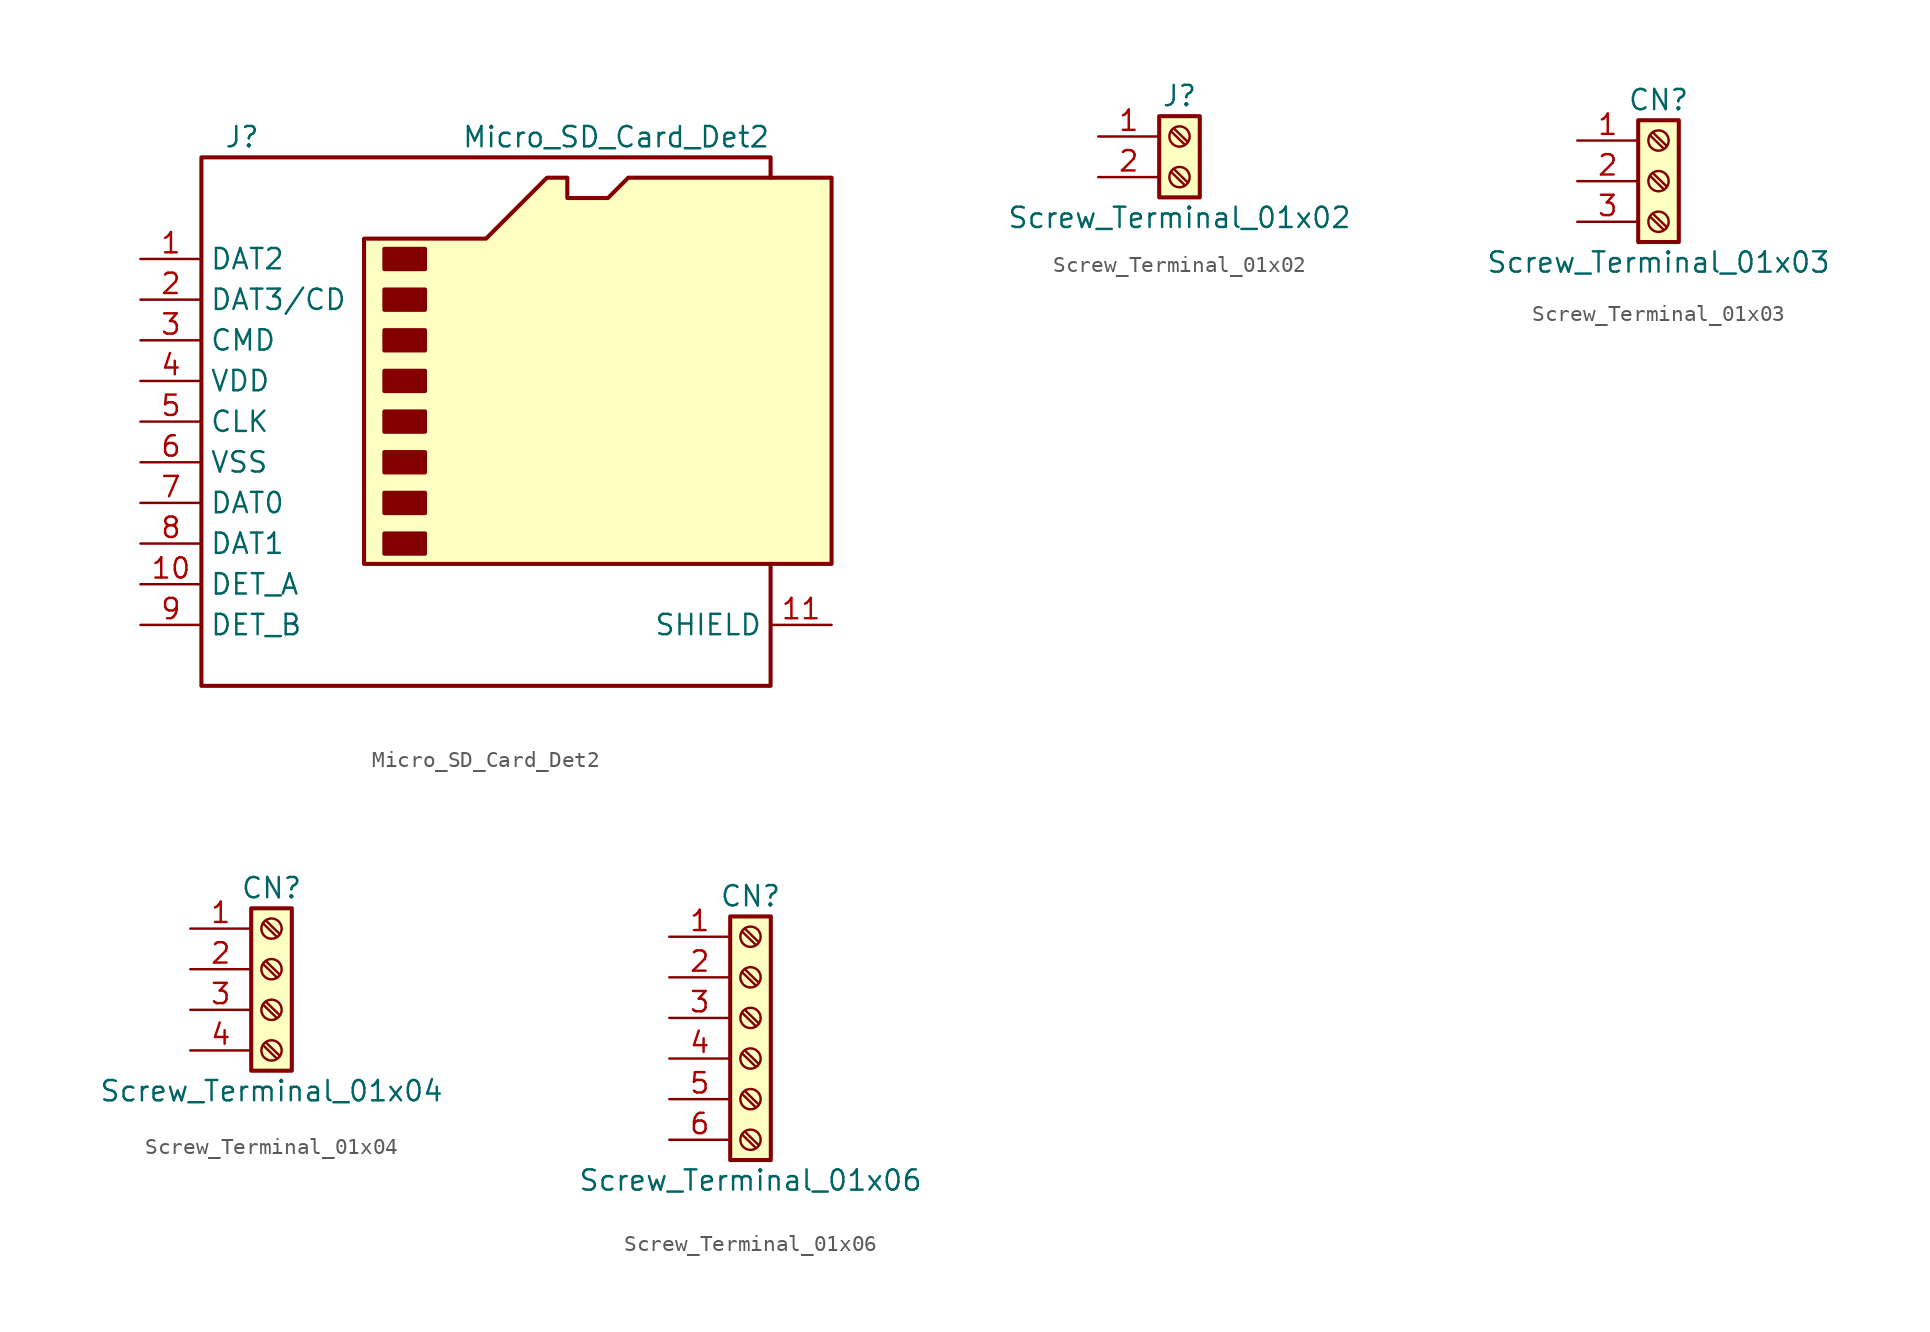
<source format=kicad_sym>
(kicad_symbol_lib
  (version 20241209)
  (generator "kicad_symbol_editor")
  (generator_version "9.0")
  (symbol "Micro_SD_Card_Det2"
    (property "Reference" "J"
      (at -16.51 17.78 0)
      (effects (font (size 1.27 1.27))))
    (property "Value" "Micro_SD_Card_Det2"
      (at 16.51 17.78 0)
      (effects (font (size 1.27 1.27)) (justify right)))
    (symbol "Micro_SD_Card_Det2_0_1"
      (polyline (pts (xy -8.89 -8.89) (xy -8.89 11.43) (xy -1.27 11.43) (xy 2.54 15.24) (xy 3.81 15.24) (xy 3.81 13.97) (xy 6.35 13.97) (xy 7.62 15.24) (xy 20.32 15.24) (xy 20.32 -8.89) (xy -8.89 -8.89)) (stroke (width 0.254) (type default)) (fill (type background)))
      (rectangle (start -7.62 10.795) (end -5.08 9.525) (stroke (width 0.254) (type default)) (fill (type outline)))
      (rectangle (start -7.62 8.255) (end -5.08 6.985) (stroke (width 0.254) (type default)) (fill (type outline)))
      (rectangle (start -7.62 5.715) (end -5.08 4.445) (stroke (width 0.254) (type default)) (fill (type outline)))
      (rectangle (start -7.62 3.175) (end -5.08 1.905) (stroke (width 0.254) (type default)) (fill (type outline)))
      (rectangle (start -7.62 0.635) (end -5.08 -0.635) (stroke (width 0.254) (type default)) (fill (type outline)))
      (rectangle (start -7.62 -1.905) (end -5.08 -3.175) (stroke (width 0.254) (type default)) (fill (type outline)))
      (rectangle (start -7.62 -4.445) (end -5.08 -5.715) (stroke (width 0.254) (type default)) (fill (type outline)))
      (rectangle (start -7.62 -6.985) (end -5.08 -8.255) (stroke (width 0.254) (type default)) (fill (type outline)))
      (polyline (pts (xy 16.51 15.24) (xy 16.51 16.51) (xy -19.05 16.51) (xy -19.05 -16.51) (xy 16.51 -16.51) (xy 16.51 -8.89)) (stroke (width 0.254) (type default)) (fill (type none))))
    (symbol "Micro_SD_Card_Det2_1_1"
      (pin bidirectional line (at -22.86 10.16 0) (length 3.81) (name "DAT2" (effects (font (size 1.27 1.27)))) (number "1" (effects (font (size 1.27 1.27)))))
      (pin bidirectional line (at -22.86 7.62 0) (length 3.81) (name "DAT3/CD" (effects (font (size 1.27 1.27)))) (number "2" (effects (font (size 1.27 1.27)))))
      (pin input line (at -22.86 5.08 0) (length 3.81) (name "CMD" (effects (font (size 1.27 1.27)))) (number "3" (effects (font (size 1.27 1.27)))))
      (pin power_in line (at -22.86 2.54 0) (length 3.81) (name "VDD" (effects (font (size 1.27 1.27)))) (number "4" (effects (font (size 1.27 1.27)))))
      (pin input line (at -22.86 0 0) (length 3.81) (name "CLK" (effects (font (size 1.27 1.27)))) (number "5" (effects (font (size 1.27 1.27)))))
      (pin power_in line (at -22.86 -2.54 0) (length 3.81) (name "VSS" (effects (font (size 1.27 1.27)))) (number "6" (effects (font (size 1.27 1.27)))))
      (pin bidirectional line (at -22.86 -5.08 0) (length 3.81) (name "DAT0" (effects (font (size 1.27 1.27)))) (number "7" (effects (font (size 1.27 1.27)))))
      (pin bidirectional line (at -22.86 -7.62 0) (length 3.81) (name "DAT1" (effects (font (size 1.27 1.27)))) (number "8" (effects (font (size 1.27 1.27)))))
      (pin passive line (at -22.86 -10.16 0) (length 3.81) (name "DET_A" (effects (font (size 1.27 1.27)))) (number "10" (effects (font (size 1.27 1.27)))))
      (pin passive line (at -22.86 -12.7 0) (length 3.81) (name "DET_B" (effects (font (size 1.27 1.27)))) (number "9" (effects (font (size 1.27 1.27)))))
      (pin passive line (at 20.32 -12.7 180) (length 3.81) (name "SHIELD" (effects (font (size 1.27 1.27)))) (number "11" (effects (font (size 1.27 1.27)))))))
  (symbol "Screw_Terminal_01x02"
    (pin_names
      (offset 1.016)
      (hide yes))
    (property "Reference" "J"
      (at 0 2.54 0)
      (effects (font (size 1.27 1.27))))
    (property "Value" "Screw_Terminal_01x02"
      (at 0 -5.08 0)
      (effects (font (size 1.27 1.27))))
    (symbol "Screw_Terminal_01x02_1_1"
      (rectangle (start -1.27 1.27) (end 1.27 -3.81) (stroke (width 0.254) (type default)) (fill (type background)))
      (polyline (pts (xy -0.533 0.33) (xy 0.33 -0.508)) (stroke (width 0.152) (type default)) (fill (type none)))
      (polyline (pts (xy -0.533 -2.21) (xy 0.33 -3.048)) (stroke (width 0.152) (type default)) (fill (type none)))
      (polyline (pts (xy -0.356 0.508) (xy 0.508 -0.33)) (stroke (width 0.152) (type default)) (fill (type none)))
      (polyline (pts (xy -0.356 -2.032) (xy 0.508 -2.87)) (stroke (width 0.152) (type default)) (fill (type none)))
      (circle (center 0 0) (radius 0.635) (stroke (width 0.152) (type default)) (fill (type none)))
      (circle (center 0 -2.54) (radius 0.635) (stroke (width 0.152) (type default)) (fill (type none)))
      (pin passive line (at -5.08 0 0) (length 3.81) (name "Pin_1" (effects (font (size 1.27 1.27)))) (number "1" (effects (font (size 1.27 1.27)))))
      (pin passive line (at -5.08 -2.54 0) (length 3.81) (name "Pin_2" (effects (font (size 1.27 1.27)))) (number "2" (effects (font (size 1.27 1.27)))))))
  (symbol "Screw_Terminal_01x03"
    (pin_names
      (offset 1.016)
      (hide yes))
    (property "Reference" "CN"
      (at 0 5.08 0)
      (effects (font (size 1.27 1.27))))
    (property "Value" "Screw_Terminal_01x03"
      (at 0 -5.08 0)
      (effects (font (size 1.27 1.27))))
    (symbol "Screw_Terminal_01x03_1_1"
      (rectangle (start -1.27 3.81) (end 1.27 -3.81) (stroke (width 0.254) (type default)) (fill (type background)))
      (polyline (pts (xy -0.533 2.87) (xy 0.33 2.032)) (stroke (width 0.152) (type default)) (fill (type none)))
      (polyline (pts (xy -0.533 0.33) (xy 0.33 -0.508)) (stroke (width 0.152) (type default)) (fill (type none)))
      (polyline (pts (xy -0.533 -2.21) (xy 0.33 -3.048)) (stroke (width 0.152) (type default)) (fill (type none)))
      (polyline (pts (xy -0.356 3.048) (xy 0.508 2.21)) (stroke (width 0.152) (type default)) (fill (type none)))
      (polyline (pts (xy -0.356 0.508) (xy 0.508 -0.33)) (stroke (width 0.152) (type default)) (fill (type none)))
      (polyline (pts (xy -0.356 -2.032) (xy 0.508 -2.87)) (stroke (width 0.152) (type default)) (fill (type none)))
      (circle (center 0 2.54) (radius 0.635) (stroke (width 0.152) (type default)) (fill (type none)))
      (circle (center 0 0) (radius 0.635) (stroke (width 0.152) (type default)) (fill (type none)))
      (circle (center 0 -2.54) (radius 0.635) (stroke (width 0.152) (type default)) (fill (type none)))
      (pin passive line (at -5.08 2.54 0) (length 3.81) (name "Pin_1" (effects (font (size 1.27 1.27)))) (number "1" (effects (font (size 1.27 1.27)))))
      (pin passive line (at -5.08 0 0) (length 3.81) (name "Pin_2" (effects (font (size 1.27 1.27)))) (number "2" (effects (font (size 1.27 1.27)))))
      (pin passive line (at -5.08 -2.54 0) (length 3.81) (name "Pin_3" (effects (font (size 1.27 1.27)))) (number "3" (effects (font (size 1.27 1.27)))))))
  (symbol "Screw_Terminal_01x04"
    (pin_names
      (offset 1.016)
      (hide yes))
    (property "Reference" "CN"
      (at 0 5.08 0)
      (effects (font (size 1.27 1.27))))
    (property "Value" "Screw_Terminal_01x04"
      (at 0 -7.62 0)
      (effects (font (size 1.27 1.27))))
    (symbol "Screw_Terminal_01x04_1_1"
      (rectangle (start -1.27 3.81) (end 1.27 -6.35) (stroke (width 0.254) (type default)) (fill (type background)))
      (polyline (pts (xy -0.533 2.87) (xy 0.33 2.032)) (stroke (width 0.152) (type default)) (fill (type none)))
      (polyline (pts (xy -0.533 0.33) (xy 0.33 -0.508)) (stroke (width 0.152) (type default)) (fill (type none)))
      (polyline (pts (xy -0.533 -2.21) (xy 0.33 -3.048)) (stroke (width 0.152) (type default)) (fill (type none)))
      (polyline (pts (xy -0.533 -4.75) (xy 0.33 -5.588)) (stroke (width 0.152) (type default)) (fill (type none)))
      (polyline (pts (xy -0.356 3.048) (xy 0.508 2.21)) (stroke (width 0.152) (type default)) (fill (type none)))
      (polyline (pts (xy -0.356 0.508) (xy 0.508 -0.33)) (stroke (width 0.152) (type default)) (fill (type none)))
      (polyline (pts (xy -0.356 -2.032) (xy 0.508 -2.87)) (stroke (width 0.152) (type default)) (fill (type none)))
      (polyline (pts (xy -0.356 -4.572) (xy 0.508 -5.41)) (stroke (width 0.152) (type default)) (fill (type none)))
      (circle (center 0 2.54) (radius 0.635) (stroke (width 0.152) (type default)) (fill (type none)))
      (circle (center 0 0) (radius 0.635) (stroke (width 0.152) (type default)) (fill (type none)))
      (circle (center 0 -2.54) (radius 0.635) (stroke (width 0.152) (type default)) (fill (type none)))
      (circle (center 0 -5.08) (radius 0.635) (stroke (width 0.152) (type default)) (fill (type none)))
      (pin passive line (at -5.08 2.54 0) (length 3.81) (name "Pin_1" (effects (font (size 1.27 1.27)))) (number "1" (effects (font (size 1.27 1.27)))))
      (pin passive line (at -5.08 0 0) (length 3.81) (name "Pin_2" (effects (font (size 1.27 1.27)))) (number "2" (effects (font (size 1.27 1.27)))))
      (pin passive line (at -5.08 -2.54 0) (length 3.81) (name "Pin_3" (effects (font (size 1.27 1.27)))) (number "3" (effects (font (size 1.27 1.27)))))
      (pin passive line (at -5.08 -5.08 0) (length 3.81) (name "Pin_4" (effects (font (size 1.27 1.27)))) (number "4" (effects (font (size 1.27 1.27)))))))
  (symbol "Screw_Terminal_01x06"
    (pin_names
      (offset 1.016)
      (hide yes))
    (property "Reference" "CN"
      (at 0 7.62 0)
      (effects (font (size 1.27 1.27))))
    (property "Value" "Screw_Terminal_01x06"
      (at 0 -10.16 0)
      (effects (font (size 1.27 1.27))))
    (symbol "Screw_Terminal_01x06_1_1"
      (rectangle (start -1.27 6.35) (end 1.27 -8.89) (stroke (width 0.254) (type default)) (fill (type background)))
      (polyline (pts (xy -0.533 5.41) (xy 0.33 4.572)) (stroke (width 0.152) (type default)) (fill (type none)))
      (polyline (pts (xy -0.533 2.87) (xy 0.33 2.032)) (stroke (width 0.152) (type default)) (fill (type none)))
      (polyline (pts (xy -0.533 0.33) (xy 0.33 -0.508)) (stroke (width 0.152) (type default)) (fill (type none)))
      (polyline (pts (xy -0.533 -2.21) (xy 0.33 -3.048)) (stroke (width 0.152) (type default)) (fill (type none)))
      (polyline (pts (xy -0.533 -4.75) (xy 0.33 -5.588)) (stroke (width 0.152) (type default)) (fill (type none)))
      (polyline (pts (xy -0.533 -7.29) (xy 0.33 -8.128)) (stroke (width 0.152) (type default)) (fill (type none)))
      (polyline (pts (xy -0.356 5.588) (xy 0.508 4.75)) (stroke (width 0.152) (type default)) (fill (type none)))
      (polyline (pts (xy -0.356 3.048) (xy 0.508 2.21)) (stroke (width 0.152) (type default)) (fill (type none)))
      (polyline (pts (xy -0.356 0.508) (xy 0.508 -0.33)) (stroke (width 0.152) (type default)) (fill (type none)))
      (polyline (pts (xy -0.356 -2.032) (xy 0.508 -2.87)) (stroke (width 0.152) (type default)) (fill (type none)))
      (polyline (pts (xy -0.356 -4.572) (xy 0.508 -5.41)) (stroke (width 0.152) (type default)) (fill (type none)))
      (polyline (pts (xy -0.356 -7.112) (xy 0.508 -7.95)) (stroke (width 0.152) (type default)) (fill (type none)))
      (circle (center 0 5.08) (radius 0.635) (stroke (width 0.152) (type default)) (fill (type none)))
      (circle (center 0 2.54) (radius 0.635) (stroke (width 0.152) (type default)) (fill (type none)))
      (circle (center 0 0) (radius 0.635) (stroke (width 0.152) (type default)) (fill (type none)))
      (circle (center 0 -2.54) (radius 0.635) (stroke (width 0.152) (type default)) (fill (type none)))
      (circle (center 0 -5.08) (radius 0.635) (stroke (width 0.152) (type default)) (fill (type none)))
      (circle (center 0 -7.62) (radius 0.635) (stroke (width 0.152) (type default)) (fill (type none)))
      (pin passive line (at -5.08 5.08 0) (length 3.81) (name "Pin_1" (effects (font (size 1.27 1.27)))) (number "1" (effects (font (size 1.27 1.27)))))
      (pin passive line (at -5.08 2.54 0) (length 3.81) (name "Pin_2" (effects (font (size 1.27 1.27)))) (number "2" (effects (font (size 1.27 1.27)))))
      (pin passive line (at -5.08 0 0) (length 3.81) (name "Pin_3" (effects (font (size 1.27 1.27)))) (number "3" (effects (font (size 1.27 1.27)))))
      (pin passive line (at -5.08 -2.54 0) (length 3.81) (name "Pin_4" (effects (font (size 1.27 1.27)))) (number "4" (effects (font (size 1.27 1.27)))))
      (pin passive line (at -5.08 -5.08 0) (length 3.81) (name "Pin_5" (effects (font (size 1.27 1.27)))) (number "5" (effects (font (size 1.27 1.27)))))
      (pin passive line (at -5.08 -7.62 0) (length 3.81) (name "Pin_6" (effects (font (size 1.27 1.27)))) (number "6" (effects (font (size 1.27 1.27))))))))
</source>
